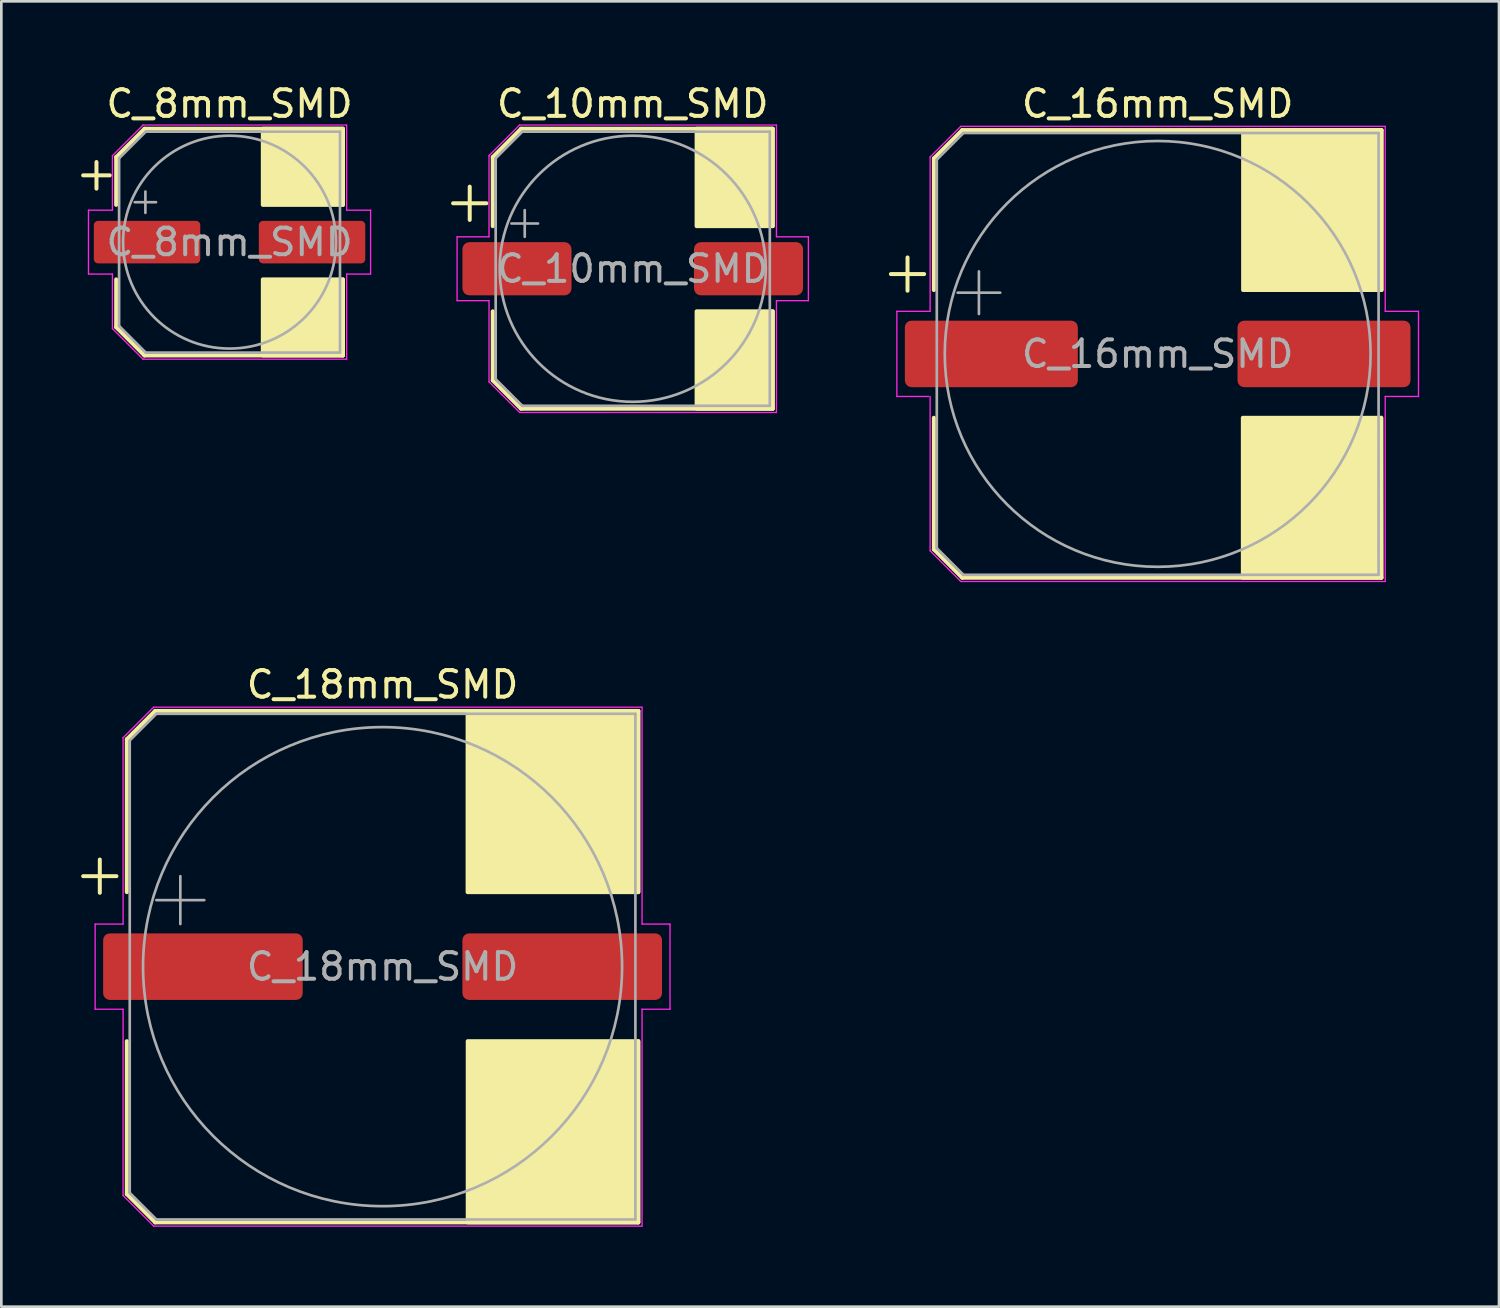
<source format=kicad_pcb>
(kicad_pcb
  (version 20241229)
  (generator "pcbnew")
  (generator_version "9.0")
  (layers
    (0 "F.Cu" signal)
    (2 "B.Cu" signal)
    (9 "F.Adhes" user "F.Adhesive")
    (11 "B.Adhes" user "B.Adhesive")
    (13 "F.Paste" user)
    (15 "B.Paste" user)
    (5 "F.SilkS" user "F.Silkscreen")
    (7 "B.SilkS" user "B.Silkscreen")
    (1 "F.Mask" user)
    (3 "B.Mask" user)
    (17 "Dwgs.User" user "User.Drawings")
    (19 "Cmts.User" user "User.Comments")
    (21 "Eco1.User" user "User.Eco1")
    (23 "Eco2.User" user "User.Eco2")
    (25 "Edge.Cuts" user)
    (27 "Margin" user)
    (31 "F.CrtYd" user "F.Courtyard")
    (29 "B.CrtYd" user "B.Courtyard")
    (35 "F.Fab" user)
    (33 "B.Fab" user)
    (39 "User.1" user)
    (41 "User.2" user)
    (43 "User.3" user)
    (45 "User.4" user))
  (footprint "C_10mm_SMD"
    (layer "F.Cu")
    (at 20.725 7.048)
    (property "Reference" "C_10mm_SMD" (at 0 -6.2 0) (unlocked yes) (layer "F.SilkS") (effects (font (size 1 1) (thickness 0.15))))
    (attr smd)
    (fp_line (start -6.75 -2.46) (end -5.5 -2.46) (stroke (width 0.15) (type solid)) (layer "F.SilkS"))
    (fp_line (start -6.125 -3.085) (end -6.125 -1.835) (stroke (width 0.15) (type solid)) (layer "F.SilkS"))
    (fp_line (start -5.26 -4.196) (end -5.26 -1.6) (stroke (width 0.15) (type solid)) (layer "F.SilkS"))
    (fp_line (start -5.26 -4.196) (end -4.196 -5.26) (stroke (width 0.15) (type solid)) (layer "F.SilkS"))
    (fp_line (start -5.26 4.196) (end -5.26 1.6) (stroke (width 0.15) (type solid)) (layer "F.SilkS"))
    (fp_line (start -5.26 4.196) (end -4.196 5.26) (stroke (width 0.15) (type solid)) (layer "F.SilkS"))
    (fp_line (start -4.196 -5.26) (end 5.26 -5.26) (stroke (width 0.15) (type solid)) (layer "F.SilkS"))
    (fp_line (start -4.196 5.26) (end 5.26 5.26) (stroke (width 0.15) (type solid)) (layer "F.SilkS"))
    (fp_line (start 5.26 -5.26) (end 5.26 -1.6) (stroke (width 0.15) (type solid)) (layer "F.SilkS"))
    (fp_line (start 5.26 5.26) (end 5.26 1.6) (stroke (width 0.15) (type solid)) (layer "F.SilkS"))
    (fp_rect (start 5.26 -1.6) (end 2.4 -5.26) (stroke (width 0.15) (type solid)) (fill yes) (layer "F.SilkS"))
    (fp_rect (start 5.26 5.26) (end 2.4 1.6) (stroke (width 0.15) (type solid)) (fill yes) (layer "F.SilkS"))
    (fp_line (start -6.6 -1.2) (end -6.6 1.2) (stroke (width 0.05) (type solid)) (layer "F.CrtYd"))
    (fp_line (start -6.6 1.2) (end -5.4 1.2) (stroke (width 0.05) (type solid)) (layer "F.CrtYd"))
    (fp_line (start -5.4 -4.25) (end -5.4 -1.2) (stroke (width 0.05) (type solid)) (layer "F.CrtYd"))
    (fp_line (start -5.4 -4.25) (end -4.25 -5.4) (stroke (width 0.05) (type solid)) (layer "F.CrtYd"))
    (fp_line (start -5.4 -1.2) (end -6.6 -1.2) (stroke (width 0.05) (type solid)) (layer "F.CrtYd"))
    (fp_line (start -5.4 1.2) (end -5.4 4.25) (stroke (width 0.05) (type solid)) (layer "F.CrtYd"))
    (fp_line (start -5.4 4.25) (end -4.25 5.4) (stroke (width 0.05) (type solid)) (layer "F.CrtYd"))
    (fp_line (start -4.25 -5.4) (end 5.4 -5.4) (stroke (width 0.05) (type solid)) (layer "F.CrtYd"))
    (fp_line (start -4.25 5.4) (end 5.4 5.4) (stroke (width 0.05) (type solid)) (layer "F.CrtYd"))
    (fp_line (start 5.4 -5.4) (end 5.4 -1.2) (stroke (width 0.05) (type solid)) (layer "F.CrtYd"))
    (fp_line (start 5.4 -1.2) (end 6.6 -1.2) (stroke (width 0.05) (type solid)) (layer "F.CrtYd"))
    (fp_line (start 5.4 1.2) (end 5.4 5.4) (stroke (width 0.05) (type solid)) (layer "F.CrtYd"))
    (fp_line (start 6.6 -1.2) (end 6.6 1.2) (stroke (width 0.05) (type solid)) (layer "F.CrtYd"))
    (fp_line (start 6.6 1.2) (end 5.4 1.2) (stroke (width 0.05) (type solid)) (layer "F.CrtYd"))
    (fp_line (start -5.15 -4.15) (end -5.15 4.15) (stroke (width 0.1) (type solid)) (layer "F.Fab"))
    (fp_line (start -5.15 -4.15) (end -4.15 -5.15) (stroke (width 0.1) (type solid)) (layer "F.Fab"))
    (fp_line (start -5.15 4.15) (end -4.15 5.15) (stroke (width 0.1) (type solid)) (layer "F.Fab"))
    (fp_line (start -4.558 -1.7) (end -3.558 -1.7) (stroke (width 0.1) (type solid)) (layer "F.Fab"))
    (fp_line (start -4.15 -5.15) (end 5.15 -5.15) (stroke (width 0.1) (type solid)) (layer "F.Fab"))
    (fp_line (start -4.15 5.15) (end 5.15 5.15) (stroke (width 0.1) (type solid)) (layer "F.Fab"))
    (fp_line (start -4.058 -2.2) (end -4.058 -1.2) (stroke (width 0.1) (type solid)) (layer "F.Fab"))
    (fp_line (start 5.15 -5.15) (end 5.15 5.15) (stroke (width 0.1) (type solid)) (layer "F.Fab"))
    (fp_circle (center 0 0) (end 5 0) (stroke (width 0.1) (type solid)) (fill no) (layer "F.Fab"))
    (fp_text user "${REFERENCE}" (at 0 0 0) (layer "F.Fab") (effects (font (size 1 1) (thickness 0.15))))
    (pad "1" smd roundrect (at -4.35 0) (size 4.1 2) (layers "F.Cu" "F.Mask" "F.Paste") (roundrect_rratio 0.132))
    (pad "2" smd roundrect (at 4.35 0) (size 4.1 2) (layers "F.Cu" "F.Mask" "F.Paste") (roundrect_rratio 0.132)))
  (footprint "C_8mm_SMD"
    (layer "F.Cu")
    (at 5.575 6.048)
    (property "Reference" "C_8mm_SMD" (at 0 -5.2 0) (unlocked yes) (layer "F.SilkS") (effects (font (size 1 1) (thickness 0.15))))
    (attr smd)
    (fp_line (start -5.5 -2.51) (end -4.5 -2.51) (stroke (width 0.15) (type solid)) (layer "F.SilkS"))
    (fp_line (start -5 -3.01) (end -5 -2.01) (stroke (width 0.15) (type solid)) (layer "F.SilkS"))
    (fp_line (start -4.26 -3.196) (end -4.26 -1.4) (stroke (width 0.15) (type solid)) (layer "F.SilkS"))
    (fp_line (start -4.26 -3.196) (end -3.196 -4.26) (stroke (width 0.15) (type solid)) (layer "F.SilkS"))
    (fp_line (start -4.26 3.196) (end -4.26 1.4) (stroke (width 0.15) (type solid)) (layer "F.SilkS"))
    (fp_line (start -4.26 3.196) (end -3.196 4.26) (stroke (width 0.15) (type solid)) (layer "F.SilkS"))
    (fp_line (start -3.196 -4.26) (end 4.26 -4.26) (stroke (width 0.15) (type solid)) (layer "F.SilkS"))
    (fp_line (start -3.196 4.26) (end 4.26 4.26) (stroke (width 0.15) (type solid)) (layer "F.SilkS"))
    (fp_line (start 4.26 -4.26) (end 4.26 -1.4) (stroke (width 0.15) (type solid)) (layer "F.SilkS"))
    (fp_line (start 4.26 4.26) (end 4.26 1.4) (stroke (width 0.15) (type solid)) (layer "F.SilkS"))
    (fp_rect (start 4.26 -1.4) (end 1.25 -4.26) (stroke (width 0.15) (type solid)) (fill yes) (layer "F.SilkS"))
    (fp_rect (start 4.26 4.26) (end 1.25 1.4) (stroke (width 0.15) (type solid)) (fill yes) (layer "F.SilkS"))
    (fp_line (start -5.3 -1.2) (end -5.3 1.2) (stroke (width 0.05) (type solid)) (layer "F.CrtYd"))
    (fp_line (start -5.3 1.2) (end -4.4 1.2) (stroke (width 0.05) (type solid)) (layer "F.CrtYd"))
    (fp_line (start -4.4 -3.25) (end -4.4 -1.2) (stroke (width 0.05) (type solid)) (layer "F.CrtYd"))
    (fp_line (start -4.4 -3.25) (end -3.25 -4.4) (stroke (width 0.05) (type solid)) (layer "F.CrtYd"))
    (fp_line (start -4.4 -1.2) (end -5.3 -1.2) (stroke (width 0.05) (type solid)) (layer "F.CrtYd"))
    (fp_line (start -4.4 1.2) (end -4.4 3.25) (stroke (width 0.05) (type solid)) (layer "F.CrtYd"))
    (fp_line (start -4.4 3.25) (end -3.25 4.4) (stroke (width 0.05) (type solid)) (layer "F.CrtYd"))
    (fp_line (start -3.25 -4.4) (end 4.4 -4.4) (stroke (width 0.05) (type solid)) (layer "F.CrtYd"))
    (fp_line (start -3.25 4.4) (end 4.4 4.4) (stroke (width 0.05) (type solid)) (layer "F.CrtYd"))
    (fp_line (start 4.4 -4.4) (end 4.4 -1.2) (stroke (width 0.05) (type solid)) (layer "F.CrtYd"))
    (fp_line (start 4.4 -1.2) (end 5.3 -1.2) (stroke (width 0.05) (type solid)) (layer "F.CrtYd"))
    (fp_line (start 4.4 1.2) (end 4.4 4.4) (stroke (width 0.05) (type solid)) (layer "F.CrtYd"))
    (fp_line (start 5.3 -1.2) (end 5.3 1.2) (stroke (width 0.05) (type solid)) (layer "F.CrtYd"))
    (fp_line (start 5.3 1.2) (end 4.4 1.2) (stroke (width 0.05) (type solid)) (layer "F.CrtYd"))
    (fp_line (start -4.15 -3.15) (end -4.15 3.15) (stroke (width 0.1) (type solid)) (layer "F.Fab"))
    (fp_line (start -4.15 -3.15) (end -3.15 -4.15) (stroke (width 0.1) (type solid)) (layer "F.Fab"))
    (fp_line (start -4.15 3.15) (end -3.15 4.15) (stroke (width 0.1) (type solid)) (layer "F.Fab"))
    (fp_line (start -3.562 -1.5) (end -2.762 -1.5) (stroke (width 0.1) (type solid)) (layer "F.Fab"))
    (fp_line (start -3.162 -1.9) (end -3.162 -1.1) (stroke (width 0.1) (type solid)) (layer "F.Fab"))
    (fp_line (start -3.15 -4.15) (end 4.15 -4.15) (stroke (width 0.1) (type solid)) (layer "F.Fab"))
    (fp_line (start -3.15 4.15) (end 4.15 4.15) (stroke (width 0.1) (type solid)) (layer "F.Fab"))
    (fp_line (start 4.15 -4.15) (end 4.15 4.15) (stroke (width 0.1) (type solid)) (layer "F.Fab"))
    (fp_circle (center 0 0) (end 4 0) (stroke (width 0.1) (type solid)) (fill no) (layer "F.Fab"))
    (fp_text user "${REFERENCE}" (at 0 0 0) (layer "F.Fab") (effects (font (size 1 1) (thickness 0.15))))
    (pad "1" smd roundrect (at -3.1 0) (size 4 1.6) (layers "F.Cu" "F.Mask" "F.Paste") (roundrect_rratio 0.1))
    (pad "2" smd roundrect (at 3.1 0) (size 4 1.6) (layers "F.Cu" "F.Mask" "F.Paste") (roundrect_rratio 0.1)))
  (footprint "C_18mm_SMD"
    (layer "F.Cu")
    (at 11.325 33.272)
    (property "Reference" "C_18mm_SMD" (at 0 -10.6 0) (unlocked yes) (layer "F.SilkS") (effects (font (size 1 1) (thickness 0.15))))
    (attr smd)
    (fp_line (start -11.25 -3.4) (end -10 -3.4) (stroke (width 0.15) (type solid)) (layer "F.SilkS"))
    (fp_line (start -10.625 -4.025) (end -10.625 -2.775) (stroke (width 0.15) (type solid)) (layer "F.SilkS"))
    (fp_line (start -9.61 -8.546) (end -9.61 -2.8) (stroke (width 0.15) (type solid)) (layer "F.SilkS"))
    (fp_line (start -9.61 -8.546) (end -8.546 -9.61) (stroke (width 0.15) (type solid)) (layer "F.SilkS"))
    (fp_line (start -9.61 8.546) (end -9.61 2.8) (stroke (width 0.15) (type solid)) (layer "F.SilkS"))
    (fp_line (start -9.61 8.546) (end -8.546 9.61) (stroke (width 0.15) (type solid)) (layer "F.SilkS"))
    (fp_line (start -8.546 -9.61) (end 9.61 -9.61) (stroke (width 0.15) (type solid)) (layer "F.SilkS"))
    (fp_line (start -8.546 9.61) (end 9.61 9.61) (stroke (width 0.15) (type solid)) (layer "F.SilkS"))
    (fp_line (start 9.61 -9.61) (end 9.61 -2.8) (stroke (width 0.15) (type solid)) (layer "F.SilkS"))
    (fp_line (start 9.61 9.61) (end 9.61 2.8) (stroke (width 0.15) (type solid)) (layer "F.SilkS"))
    (fp_rect (start 9.61 -2.8) (end 3.195 -9.6) (stroke (width 0.15) (type solid)) (fill yes) (layer "F.SilkS"))
    (fp_rect (start 9.61 9.61) (end 3.2 2.8) (stroke (width 0.15) (type solid)) (fill yes) (layer "F.SilkS"))
    (fp_line (start -10.8 -1.6) (end -10.8 1.6) (stroke (width 0.05) (type solid)) (layer "F.CrtYd"))
    (fp_line (start -10.8 1.6) (end -9.75 1.6) (stroke (width 0.05) (type solid)) (layer "F.CrtYd"))
    (fp_line (start -9.75 -8.6) (end -9.75 -1.6) (stroke (width 0.05) (type solid)) (layer "F.CrtYd"))
    (fp_line (start -9.75 -8.6) (end -8.6 -9.75) (stroke (width 0.05) (type solid)) (layer "F.CrtYd"))
    (fp_line (start -9.75 -1.6) (end -10.8 -1.6) (stroke (width 0.05) (type solid)) (layer "F.CrtYd"))
    (fp_line (start -9.75 1.6) (end -9.75 8.6) (stroke (width 0.05) (type solid)) (layer "F.CrtYd"))
    (fp_line (start -9.75 8.6) (end -8.6 9.75) (stroke (width 0.05) (type solid)) (layer "F.CrtYd"))
    (fp_line (start -8.6 -9.75) (end 9.75 -9.75) (stroke (width 0.05) (type solid)) (layer "F.CrtYd"))
    (fp_line (start -8.6 9.75) (end 9.75 9.75) (stroke (width 0.05) (type solid)) (layer "F.CrtYd"))
    (fp_line (start 9.75 -9.75) (end 9.75 -1.6) (stroke (width 0.05) (type solid)) (layer "F.CrtYd"))
    (fp_line (start 9.75 -1.6) (end 10.8 -1.6) (stroke (width 0.05) (type solid)) (layer "F.CrtYd"))
    (fp_line (start 9.75 1.6) (end 9.75 9.75) (stroke (width 0.05) (type solid)) (layer "F.CrtYd"))
    (fp_line (start 10.8 -1.6) (end 10.8 1.6) (stroke (width 0.05) (type solid)) (layer "F.CrtYd"))
    (fp_line (start 10.8 1.6) (end 9.75 1.6) (stroke (width 0.05) (type solid)) (layer "F.CrtYd"))
    (fp_line (start -9.5 -8.5) (end -9.5 8.5) (stroke (width 0.1) (type solid)) (layer "F.Fab"))
    (fp_line (start -9.5 -8.5) (end -8.5 -9.5) (stroke (width 0.1) (type solid)) (layer "F.Fab"))
    (fp_line (start -9.5 8.5) (end -8.5 9.5) (stroke (width 0.1) (type solid)) (layer "F.Fab"))
    (fp_line (start -8.5 -9.5) (end 9.5 -9.5) (stroke (width 0.1) (type solid)) (layer "F.Fab"))
    (fp_line (start -8.5 9.5) (end 9.5 9.5) (stroke (width 0.1) (type solid)) (layer "F.Fab"))
    (fp_line (start -8.499 -2.5) (end -6.699 -2.5) (stroke (width 0.1) (type solid)) (layer "F.Fab"))
    (fp_line (start -7.599 -3.4) (end -7.599 -1.6) (stroke (width 0.1) (type solid)) (layer "F.Fab"))
    (fp_line (start 9.5 -9.5) (end 9.5 9.5) (stroke (width 0.1) (type solid)) (layer "F.Fab"))
    (fp_circle (center 0 0) (end 9 0) (stroke (width 0.1) (type solid)) (fill no) (layer "F.Fab"))
    (fp_text user "${REFERENCE}" (at 0 0 0) (layer "F.Fab") (effects (font (size 1 1) (thickness 0.15))))
    (pad "1" smd roundrect (at -6.75 0) (size 7.5 2.5) (layers "F.Cu" "F.Mask" "F.Paste") (roundrect_rratio 0.1))
    (pad "2" smd roundrect (at 6.75 0) (size 7.5 2.5) (layers "F.Cu" "F.Mask" "F.Paste") (roundrect_rratio 0.1)))
  (footprint "C_16mm_SMD"
    (layer "F.Cu")
    (at 40.45 10.248)
    (property "Reference" "C_16mm_SMD" (at 0 -9.4 0) (unlocked yes) (layer "F.SilkS") (effects (font (size 1 1) (thickness 0.15))))
    (attr smd)
    (fp_line (start -10.025 -3) (end -8.775 -3) (stroke (width 0.15) (type solid)) (layer "F.SilkS"))
    (fp_line (start -9.4 -3.625) (end -9.4 -2.375) (stroke (width 0.15) (type solid)) (layer "F.SilkS"))
    (fp_line (start -8.41 -7.346) (end -8.41 -2.4) (stroke (width 0.15) (type solid)) (layer "F.SilkS"))
    (fp_line (start -8.41 -7.346) (end -7.346 -8.41) (stroke (width 0.15) (type solid)) (layer "F.SilkS"))
    (fp_line (start -8.41 7.346) (end -8.41 2.4) (stroke (width 0.15) (type solid)) (layer "F.SilkS"))
    (fp_line (start -8.41 7.346) (end -7.346 8.41) (stroke (width 0.15) (type solid)) (layer "F.SilkS"))
    (fp_line (start -7.346 -8.41) (end 8.41 -8.41) (stroke (width 0.15) (type solid)) (layer "F.SilkS"))
    (fp_line (start -7.346 8.41) (end 8.41 8.41) (stroke (width 0.15) (type solid)) (layer "F.SilkS"))
    (fp_line (start 8.41 -8.41) (end 8.41 -2.4) (stroke (width 0.15) (type solid)) (layer "F.SilkS"))
    (fp_line (start 8.41 8.41) (end 8.4 2.4) (stroke (width 0.15) (type solid)) (layer "F.SilkS"))
    (fp_rect (start 8.4 8.41) (end 3.2 2.4) (stroke (width 0.15) (type solid)) (fill yes) (layer "F.SilkS"))
    (fp_rect (start 8.41 -2.4) (end 3.21 -8.41) (stroke (width 0.15) (type solid)) (fill yes) (layer "F.SilkS"))
    (fp_line (start -9.8 -1.6) (end -9.8 1.6) (stroke (width 0.05) (type solid)) (layer "F.CrtYd"))
    (fp_line (start -9.8 1.6) (end -8.6 1.6) (stroke (width 0.05) (type solid)) (layer "F.CrtYd"))
    (fp_line (start -8.55 -7.4) (end -8.55 -1.6) (stroke (width 0.05) (type solid)) (layer "F.CrtYd"))
    (fp_line (start -8.55 -7.4) (end -7.4 -8.55) (stroke (width 0.05) (type solid)) (layer "F.CrtYd"))
    (fp_line (start -8.55 -1.6) (end -9.8 -1.6) (stroke (width 0.05) (type solid)) (layer "F.CrtYd"))
    (fp_line (start -8.55 1.6) (end -8.55 7.4) (stroke (width 0.05) (type solid)) (layer "F.CrtYd"))
    (fp_line (start -8.55 7.4) (end -7.4 8.55) (stroke (width 0.05) (type solid)) (layer "F.CrtYd"))
    (fp_line (start -7.4 -8.55) (end 8.55 -8.55) (stroke (width 0.05) (type solid)) (layer "F.CrtYd"))
    (fp_line (start -7.4 8.55) (end 8.55 8.55) (stroke (width 0.05) (type solid)) (layer "F.CrtYd"))
    (fp_line (start 8.55 -8.55) (end 8.55 -1.6) (stroke (width 0.05) (type solid)) (layer "F.CrtYd"))
    (fp_line (start 8.55 -1.6) (end 9.8 -1.6) (stroke (width 0.05) (type solid)) (layer "F.CrtYd"))
    (fp_line (start 8.55 1.6) (end 8.55 8.55) (stroke (width 0.05) (type solid)) (layer "F.CrtYd"))
    (fp_line (start 9.8 -1.6) (end 9.8 1.6) (stroke (width 0.05) (type solid)) (layer "F.CrtYd"))
    (fp_line (start 9.8 1.6) (end 8.55 1.6) (stroke (width 0.05) (type solid)) (layer "F.CrtYd"))
    (fp_line (start -8.3 -7.3) (end -8.3 7.3) (stroke (width 0.1) (type solid)) (layer "F.Fab"))
    (fp_line (start -8.3 -7.3) (end -7.3 -8.3) (stroke (width 0.1) (type solid)) (layer "F.Fab"))
    (fp_line (start -8.3 7.3) (end -7.3 8.3) (stroke (width 0.1) (type solid)) (layer "F.Fab"))
    (fp_line (start -7.517 -2.3) (end -5.917 -2.3) (stroke (width 0.1) (type solid)) (layer "F.Fab"))
    (fp_line (start -7.3 -8.3) (end 8.3 -8.3) (stroke (width 0.1) (type solid)) (layer "F.Fab"))
    (fp_line (start -7.3 8.3) (end 8.3 8.3) (stroke (width 0.1) (type solid)) (layer "F.Fab"))
    (fp_line (start -6.717 -3.1) (end -6.717 -1.5) (stroke (width 0.1) (type solid)) (layer "F.Fab"))
    (fp_line (start 8.3 -8.3) (end 8.3 8.3) (stroke (width 0.1) (type solid)) (layer "F.Fab"))
    (fp_circle (center 0 0) (end 8 0) (stroke (width 0.1) (type solid)) (fill no) (layer "F.Fab"))
    (fp_text user "${REFERENCE}" (at 0 0 0) (layer "F.Fab") (effects (font (size 1 1) (thickness 0.15))))
    (pad "1" smd roundrect (at -6.25 0) (size 6.5 2.5) (layers "F.Cu" "F.Mask" "F.Paste") (roundrect_rratio 0.1))
    (pad "2" smd roundrect (at 6.25 0) (size 6.5 2.5) (layers "F.Cu" "F.Mask" "F.Paste") (roundrect_rratio 0.1)))
  (gr_rect
    (start -3 -3)
    (end 53.275 46.047)
    (stroke (width 0.1) (type default))
    (fill no)
    (layer "Edge.Cuts")))
</source>
